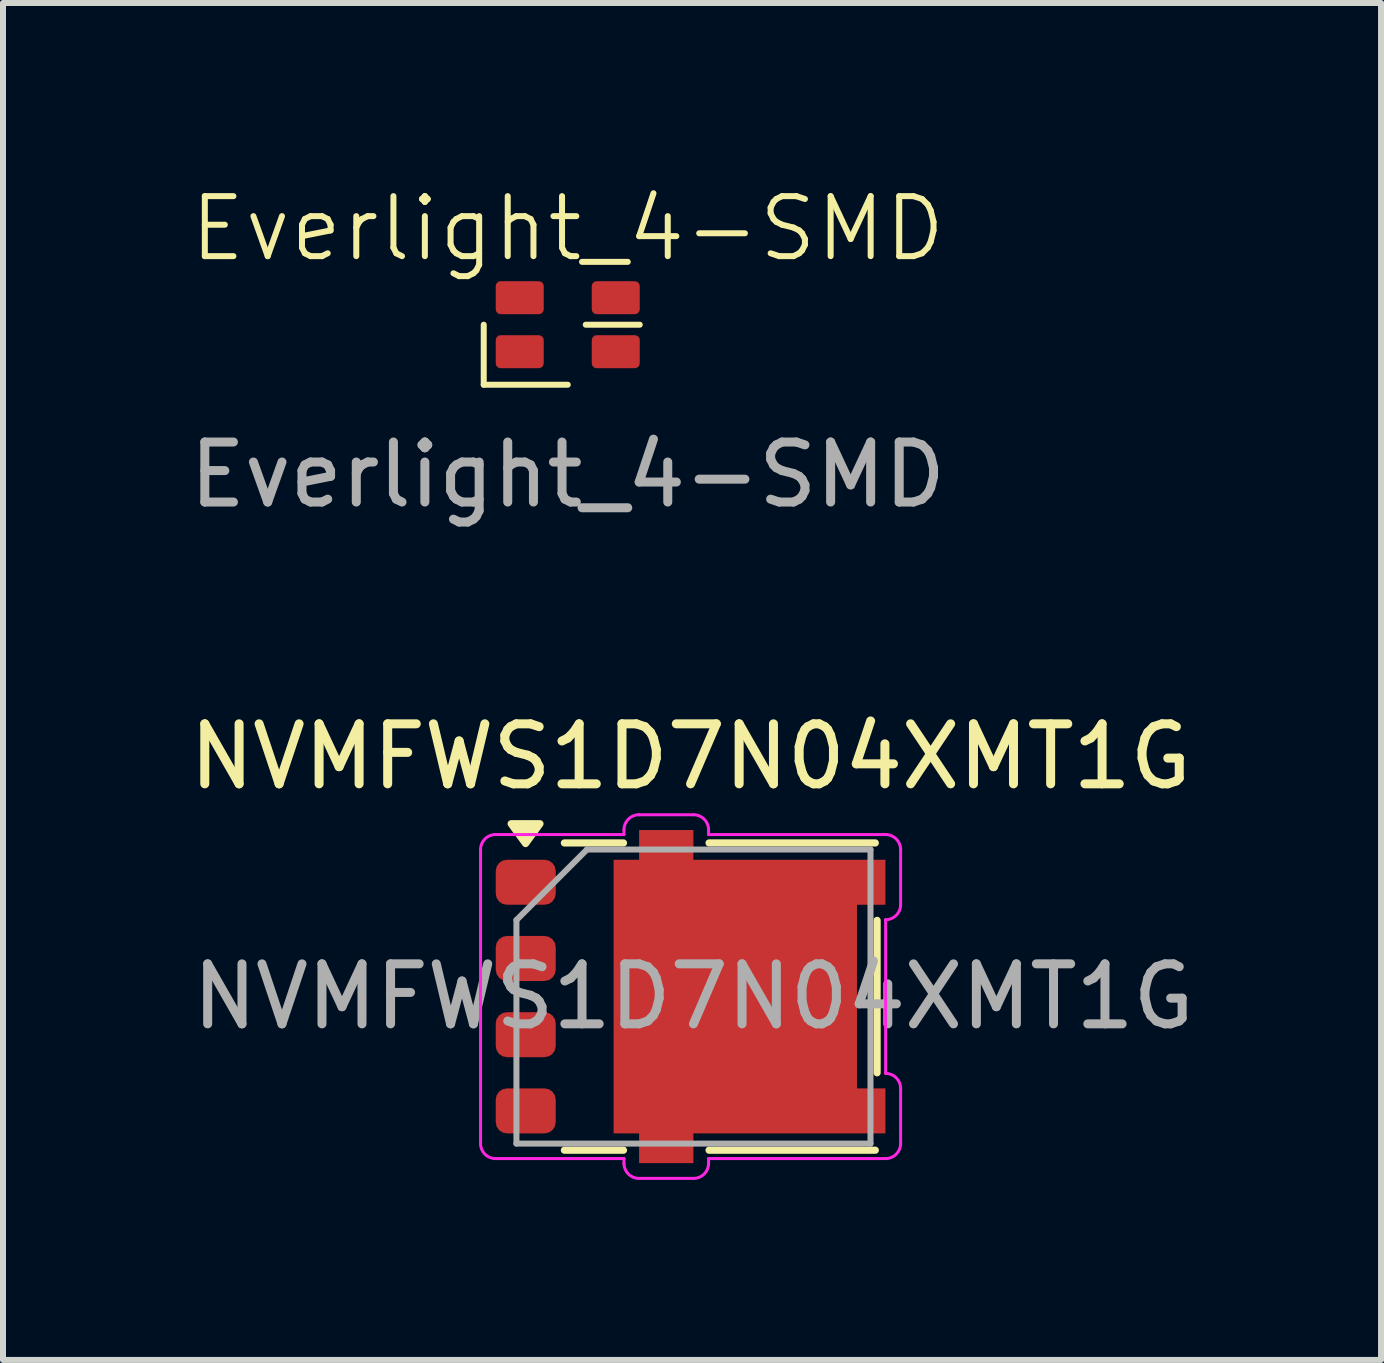
<source format=kicad_pcb>
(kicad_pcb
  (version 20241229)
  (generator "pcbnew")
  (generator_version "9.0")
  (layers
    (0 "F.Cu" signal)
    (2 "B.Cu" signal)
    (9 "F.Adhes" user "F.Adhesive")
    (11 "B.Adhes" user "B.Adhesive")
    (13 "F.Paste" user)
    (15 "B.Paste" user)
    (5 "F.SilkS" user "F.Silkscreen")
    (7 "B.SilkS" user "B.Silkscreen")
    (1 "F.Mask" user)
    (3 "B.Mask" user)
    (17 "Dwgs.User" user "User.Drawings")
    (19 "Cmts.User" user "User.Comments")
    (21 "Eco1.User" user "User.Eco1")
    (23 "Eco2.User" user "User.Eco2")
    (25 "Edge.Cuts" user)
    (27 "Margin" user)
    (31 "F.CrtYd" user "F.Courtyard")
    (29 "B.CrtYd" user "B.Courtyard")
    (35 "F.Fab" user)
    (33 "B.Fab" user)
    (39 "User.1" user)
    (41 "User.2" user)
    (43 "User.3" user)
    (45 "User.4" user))
  (footprint "Everlight_4-SMD"
    (layer "F.Cu")
    (at 6.411 2.361)
    (property "Reference" "Everlight_4-SMD" (at 0 -1.6 0) (unlocked yes) (layer "F.SilkS") (effects (font (size 1 1) (thickness 0.1))))
    (attr smd)
    (fp_line (start -1.4 0) (end -1.4 1) (stroke (width 0.1) (type default)) (layer "F.SilkS"))
    (fp_line (start -1.4 1) (end 0 1) (stroke (width 0.1) (type default)) (layer "F.SilkS"))
    (fp_line (start 0.3 0) (end 1.2 0) (stroke (width 0.1) (type default)) (layer "F.SilkS"))
    (fp_text user "${REFERENCE}" (at 0 2.5 0) (unlocked yes) (layer "F.Fab") (effects (font (size 1 1) (thickness 0.15))))
    (pad "1" smd roundrect (at -0.8 0.45) (size 0.8 0.55) (layers "F.Cu" "F.Mask" "F.Paste") (roundrect_rratio 0.15))
    (pad "2" smd roundrect (at -0.8 -0.45) (size 0.8 0.55) (layers "F.Cu" "F.Mask" "F.Paste") (roundrect_rratio 0.15))
    (pad "3" smd roundrect (at 0.8 -0.45) (size 0.8 0.55) (layers "F.Cu" "F.Mask" "F.Paste") (roundrect_rratio 0.15))
    (pad "4" smd roundrect (at 0.8 0.45) (size 0.8 0.55) (layers "F.Cu" "F.Mask" "F.Paste") (roundrect_rratio 0.15)))
  (footprint "NVMFWS1D7N04XMT1G"
    (layer "F.Cu")
    (at 8.458 13.557)
    (property "Reference" "NVMFWS1D7N04XMT1G" (at 0 -4 0) (layer "F.SilkS") (effects (font (size 1 1) (thickness 0.15))))
    (attr smd)
    (fp_line (start -1.118 -2.56) (end -2.103 -2.56) (stroke (width 0.12) (type solid)) (layer "F.SilkS"))
    (fp_line (start -1.118 2.56) (end -2.103 2.56) (stroke (width 0.12) (type solid)) (layer "F.SilkS"))
    (fp_line (start 3.078 -2.56) (end 0.308 -2.56) (stroke (width 0.12) (type solid)) (layer "F.SilkS"))
    (fp_line (start 3.078 2.56) (end 0.308 2.56) (stroke (width 0.12) (type solid)) (layer "F.SilkS"))
    (fp_line (start 3.108 -1.27) (end 3.108 1.27) (stroke (width 0.12) (type solid)) (layer "F.SilkS"))
    (fp_poly (pts (xy -2.75 -2.55) (xy -2.51 -2.88) (xy -2.99 -2.88) (xy -2.75 -2.55)) (stroke (width 0.12) (type solid)) (fill yes) (layer "F.SilkS"))
    (fp_line (start -3.5 2.45) (end -3.5 -2.45) (stroke (width 0.05) (type solid)) (layer "F.CrtYd"))
    (fp_line (start -3.25 -2.7) (end -1.11 -2.7) (stroke (width 0.05) (type solid)) (layer "F.CrtYd"))
    (fp_line (start -3.25 2.7) (end -1.11 2.7) (stroke (width 0.05) (type solid)) (layer "F.CrtYd"))
    (fp_line (start -1.11 -2.78) (end -1.11 -2.7) (stroke (width 0.05) (type solid)) (layer "F.CrtYd"))
    (fp_line (start -1.11 2.7) (end -1.11 2.78) (stroke (width 0.05) (type solid)) (layer "F.CrtYd"))
    (fp_line (start -0.86 -3.03) (end 0.05 -3.03) (stroke (width 0.05) (type solid)) (layer "F.CrtYd"))
    (fp_line (start -0.86 3.03) (end 0.05 3.03) (stroke (width 0.05) (type solid)) (layer "F.CrtYd"))
    (fp_line (start 0.3 -2.7) (end 0.3 -2.78) (stroke (width 0.05) (type solid)) (layer "F.CrtYd"))
    (fp_line (start 0.3 -2.7) (end 3.25 -2.7) (stroke (width 0.05) (type solid)) (layer "F.CrtYd"))
    (fp_line (start 0.3 2.7) (end 3.25 2.7) (stroke (width 0.05) (type solid)) (layer "F.CrtYd"))
    (fp_line (start 0.3 2.78) (end 0.3 2.7) (stroke (width 0.05) (type solid)) (layer "F.CrtYd"))
    (fp_line (start 3.25 1.28) (end 3.25 -1.28) (stroke (width 0.05) (type solid)) (layer "F.CrtYd"))
    (fp_line (start 3.5 -1.53) (end 3.5 -2.45) (stroke (width 0.05) (type solid)) (layer "F.CrtYd"))
    (fp_line (start 3.5 2.45) (end 3.5 1.53) (stroke (width 0.05) (type solid)) (layer "F.CrtYd"))
    (fp_arc (start -3.5 -2.45) (mid -3.426777 -2.626777) (end -3.25 -2.7) (stroke (width 0.05) (type solid)) (layer "F.CrtYd"))
    (fp_arc (start -3.25 2.7) (mid -3.426777 2.626777) (end -3.5 2.45) (stroke (width 0.05) (type solid)) (layer "F.CrtYd"))
    (fp_arc (start -1.11 -2.78) (mid -1.036777 -2.956777) (end -0.86 -3.03) (stroke (width 0.05) (type solid)) (layer "F.CrtYd"))
    (fp_arc (start -0.86 3.03) (mid -1.036777 2.956777) (end -1.11 2.78) (stroke (width 0.05) (type solid)) (layer "F.CrtYd"))
    (fp_arc (start 0.05 -3.03) (mid 0.226777 -2.956777) (end 0.3 -2.78) (stroke (width 0.05) (type solid)) (layer "F.CrtYd"))
    (fp_arc (start 0.3 2.78) (mid 0.226777 2.956777) (end 0.05 3.03) (stroke (width 0.05) (type solid)) (layer "F.CrtYd"))
    (fp_arc (start 3.25 -2.7) (mid 3.426777 -2.626777) (end 3.5 -2.45) (stroke (width 0.05) (type solid)) (layer "F.CrtYd"))
    (fp_arc (start 3.25 1.28) (mid 3.426777 1.353223) (end 3.5 1.53) (stroke (width 0.05) (type solid)) (layer "F.CrtYd"))
    (fp_arc (start 3.5 -1.53) (mid 3.426777 -1.353223) (end 3.25 -1.28) (stroke (width 0.05) (type solid)) (layer "F.CrtYd"))
    (fp_arc (start 3.5 2.45) (mid 3.426777 2.626777) (end 3.25 2.7) (stroke (width 0.05) (type solid)) (layer "F.CrtYd"))
    (fp_line (start -2.902 -1.275) (end -2.902 2.45) (stroke (width 0.1) (type solid)) (layer "F.Fab"))
    (fp_line (start -1.727 -2.45) (end -2.902 -1.275) (stroke (width 0.1) (type solid)) (layer "F.Fab"))
    (fp_line (start 2.998 -2.45) (end -1.727 -2.45) (stroke (width 0.1) (type solid)) (layer "F.Fab"))
    (fp_line (start 2.998 -2.45) (end 2.998 2.45) (stroke (width 0.1) (type solid)) (layer "F.Fab"))
    (fp_line (start 2.998 2.45) (end -2.902 2.45) (stroke (width 0.1) (type solid)) (layer "F.Fab"))
    (fp_text user "${REFERENCE}" (at 0.048 0 0) (layer "F.Fab") (effects (font (size 1 1) (thickness 0.15))))
    (pad "1" smd roundrect (at -2.747 -1.905) (size 1 0.75) (layers "F.Cu" "F.Mask" "F.Paste") (roundrect_rratio 0.25))
    (pad "2" smd roundrect (at -2.747 -0.635) (size 1 0.75) (layers "F.Cu" "F.Mask" "F.Paste") (roundrect_rratio 0.25))
    (pad "3" smd roundrect (at -2.747 0.635) (size 1 0.75) (layers "F.Cu" "F.Mask" "F.Paste") (roundrect_rratio 0.25))
    (pad "4" smd roundrect (at -2.747 1.905) (size 1 0.75) (layers "F.Cu" "F.Mask" "F.Paste") (roundrect_rratio 0.25))
    (pad "5" smd custom (at 0.745 0) (size 4.055 4.56) (layers "F.Cu" "F.Mask" "F.Paste") (options (anchor rect)) (primitives (gr_poly (pts (xy -0.698 -2.28) (xy 2.502 -2.28) (xy 2.502 -1.53) (xy 1.905 -1.53) (xy 1.905 1.53) (xy 2.502 1.53) (xy 2.502 2.28) (xy -0.698 2.28) (xy -0.698 2.775) (xy -1.603 2.775) (xy -1.603 -2.775) (xy -0.698 -2.775)) (width 0) (fill yes)))))
  (gr_rect
    (start -3 -3)
    (end 19.964 19.612)
    (stroke (width 0.1) (type default))
    (fill no)
    (layer "Edge.Cuts")))
</source>
